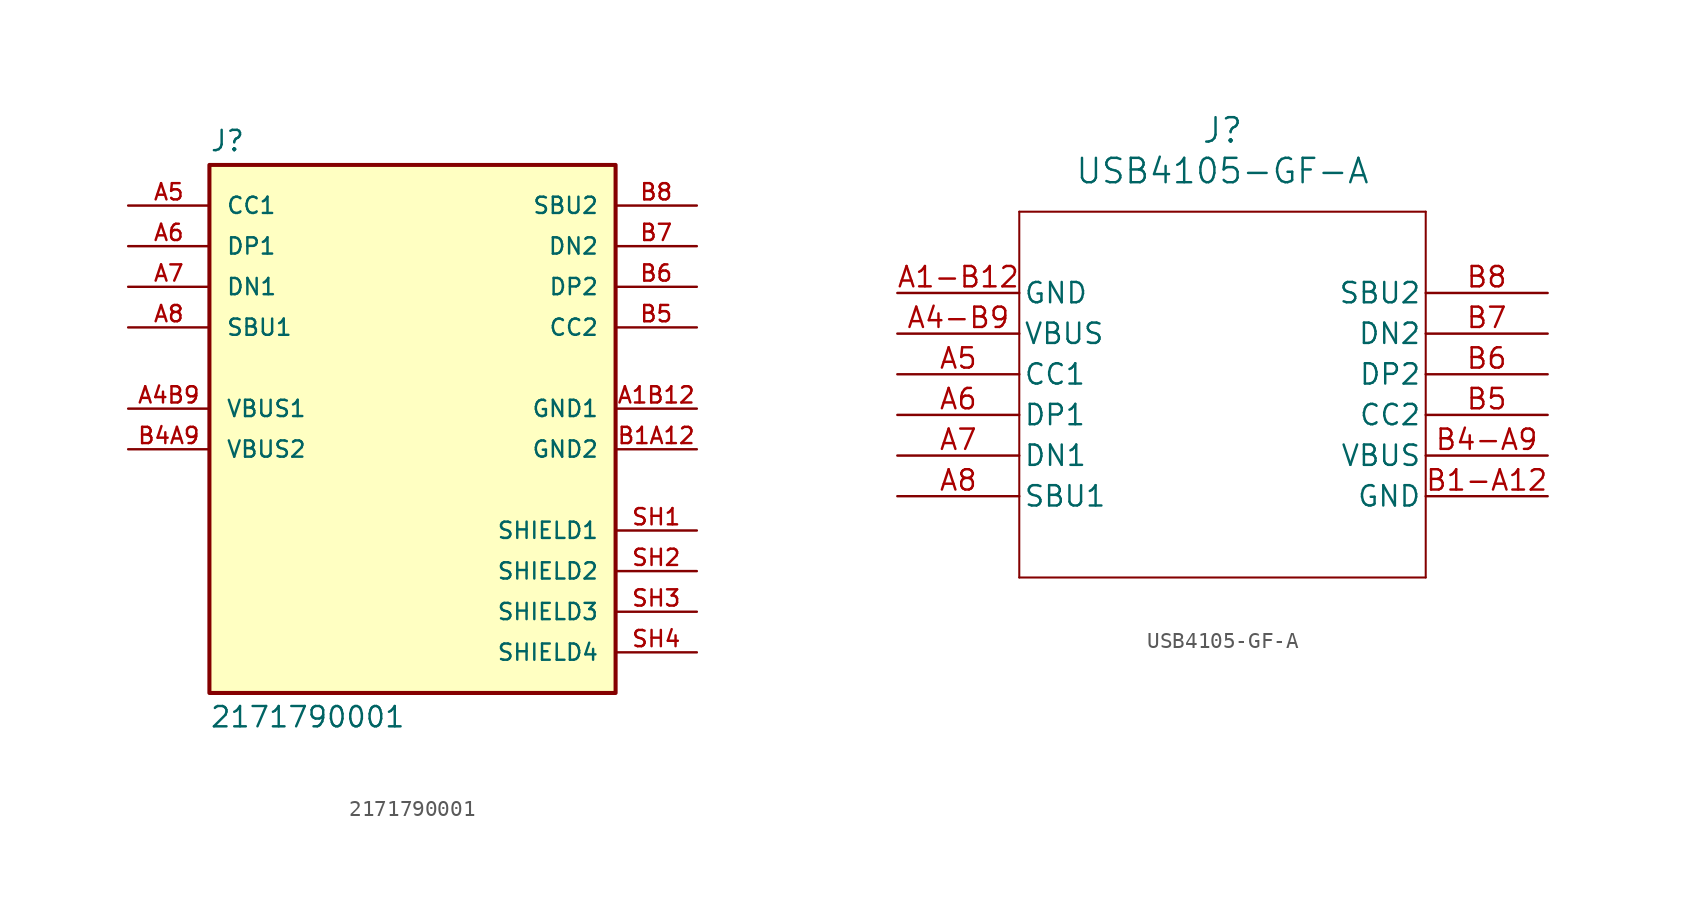
<source format=kicad_sym>
(kicad_symbol_lib
  (version 20220914)
  (generator kicad_symbol_editor)
  (symbol "2171790001"
    (pin_names
      (offset 1.016))
    (property "Reference" "J"
      (at -12.7 16.002 0)
      (effects (font (size 1.27 1.27)) (justify left bottom)))
    (property "Value" "2171790001"
      (at -12.7 -18.542 0)
      (effects (font (size 1.27 1.27)) (justify left top)))
    (symbol "2171790001_0_0"
      (rectangle (start -12.7 -17.78) (end 12.7 15.24) (stroke (width 0.254) (type default)) (fill (type background)))
      (pin power_in line (at 17.78 0 180) (length 5.08) (name "GND1" (effects (font (size 1.016 1.016)))) (number "A1B12" (effects (font (size 1.016 1.016)))))
      (pin power_in line (at -17.78 0 0) (length 5.08) (name "VBUS1" (effects (font (size 1.016 1.016)))) (number "A4B9" (effects (font (size 1.016 1.016)))))
      (pin bidirectional line (at -17.78 12.7 0) (length 5.08) (name "CC1" (effects (font (size 1.016 1.016)))) (number "A5" (effects (font (size 1.016 1.016)))))
      (pin bidirectional line (at -17.78 10.16 0) (length 5.08) (name "DP1" (effects (font (size 1.016 1.016)))) (number "A6" (effects (font (size 1.016 1.016)))))
      (pin bidirectional line (at -17.78 7.62 0) (length 5.08) (name "DN1" (effects (font (size 1.016 1.016)))) (number "A7" (effects (font (size 1.016 1.016)))))
      (pin bidirectional line (at -17.78 5.08 0) (length 5.08) (name "SBU1" (effects (font (size 1.016 1.016)))) (number "A8" (effects (font (size 1.016 1.016)))))
      (pin power_in line (at 17.78 -2.54 180) (length 5.08) (name "GND2" (effects (font (size 1.016 1.016)))) (number "B1A12" (effects (font (size 1.016 1.016)))))
      (pin power_in line (at -17.78 -2.54 0) (length 5.08) (name "VBUS2" (effects (font (size 1.016 1.016)))) (number "B4A9" (effects (font (size 1.016 1.016)))))
      (pin bidirectional line (at 17.78 5.08 180) (length 5.08) (name "CC2" (effects (font (size 1.016 1.016)))) (number "B5" (effects (font (size 1.016 1.016)))))
      (pin bidirectional line (at 17.78 7.62 180) (length 5.08) (name "DP2" (effects (font (size 1.016 1.016)))) (number "B6" (effects (font (size 1.016 1.016)))))
      (pin bidirectional line (at 17.78 10.16 180) (length 5.08) (name "DN2" (effects (font (size 1.016 1.016)))) (number "B7" (effects (font (size 1.016 1.016)))))
      (pin bidirectional line (at 17.78 12.7 180) (length 5.08) (name "SBU2" (effects (font (size 1.016 1.016)))) (number "B8" (effects (font (size 1.016 1.016)))))
      (pin passive line (at 17.78 -7.62 180) (length 5.08) (name "SHIELD1" (effects (font (size 1.016 1.016)))) (number "SH1" (effects (font (size 1.016 1.016)))))
      (pin passive line (at 17.78 -10.16 180) (length 5.08) (name "SHIELD2" (effects (font (size 1.016 1.016)))) (number "SH2" (effects (font (size 1.016 1.016)))))
      (pin passive line (at 17.78 -12.7 180) (length 5.08) (name "SHIELD3" (effects (font (size 1.016 1.016)))) (number "SH3" (effects (font (size 1.016 1.016)))))
      (pin passive line (at 17.78 -15.24 180) (length 5.08) (name "SHIELD4" (effects (font (size 1.016 1.016)))) (number "SH4" (effects (font (size 1.016 1.016)))))))
  (symbol "USB4105-GF-A"
    (pin_names
      (offset 0.254))
    (property "Reference" "J"
      (at 20.32 10.16 0)
      (effects (font (size 1.524 1.524))))
    (property "Value" "USB4105-GF-A"
      (at 20.32 7.62 0)
      (effects (font (size 1.524 1.524))))
    (property "ki_locked" ""
      (at 0 0 0)
      (effects (font (size 1.27 1.27))))
    (symbol "USB4105-GF-A_0_1"
      (polyline (pts (xy 7.62 -17.78) (xy 33.02 -17.78)) (stroke (width 0.127) (type default)) (fill (type none)))
      (polyline (pts (xy 7.62 5.08) (xy 7.62 -17.78)) (stroke (width 0.127) (type default)) (fill (type none)))
      (polyline (pts (xy 33.02 -17.78) (xy 33.02 5.08)) (stroke (width 0.127) (type default)) (fill (type none)))
      (polyline (pts (xy 33.02 5.08) (xy 7.62 5.08)) (stroke (width 0.127) (type default)) (fill (type none)))
      (pin power_out line (at 0 0 0) (length 7.62) (name "GND" (effects (font (size 1.27 1.27)))) (number "A1-B12" (effects (font (size 1.27 1.27)))))
      (pin power_in line (at 0 -2.54 0) (length 7.62) (name "VBUS" (effects (font (size 1.27 1.27)))) (number "A4-B9" (effects (font (size 1.27 1.27)))))
      (pin bidirectional line (at 0 -5.08 0) (length 7.62) (name "CC1" (effects (font (size 1.27 1.27)))) (number "A5" (effects (font (size 1.27 1.27)))))
      (pin bidirectional line (at 0 -7.62 0) (length 7.62) (name "DP1" (effects (font (size 1.27 1.27)))) (number "A6" (effects (font (size 1.27 1.27)))))
      (pin bidirectional line (at 0 -10.16 0) (length 7.62) (name "DN1" (effects (font (size 1.27 1.27)))) (number "A7" (effects (font (size 1.27 1.27)))))
      (pin bidirectional line (at 0 -12.7 0) (length 7.62) (name "SBU1" (effects (font (size 1.27 1.27)))) (number "A8" (effects (font (size 1.27 1.27)))))
      (pin power_out line (at 40.64 -12.7 180) (length 7.62) (name "GND" (effects (font (size 1.27 1.27)))) (number "B1-A12" (effects (font (size 1.27 1.27)))))
      (pin power_in line (at 40.64 -10.16 180) (length 7.62) (name "VBUS" (effects (font (size 1.27 1.27)))) (number "B4-A9" (effects (font (size 1.27 1.27)))))
      (pin bidirectional line (at 40.64 -7.62 180) (length 7.62) (name "CC2" (effects (font (size 1.27 1.27)))) (number "B5" (effects (font (size 1.27 1.27)))))
      (pin bidirectional line (at 40.64 -5.08 180) (length 7.62) (name "DP2" (effects (font (size 1.27 1.27)))) (number "B6" (effects (font (size 1.27 1.27)))))
      (pin bidirectional line (at 40.64 -2.54 180) (length 7.62) (name "DN2" (effects (font (size 1.27 1.27)))) (number "B7" (effects (font (size 1.27 1.27)))))
      (pin bidirectional line (at 40.64 0 180) (length 7.62) (name "SBU2" (effects (font (size 1.27 1.27)))) (number "B8" (effects (font (size 1.27 1.27))))))))
</source>
